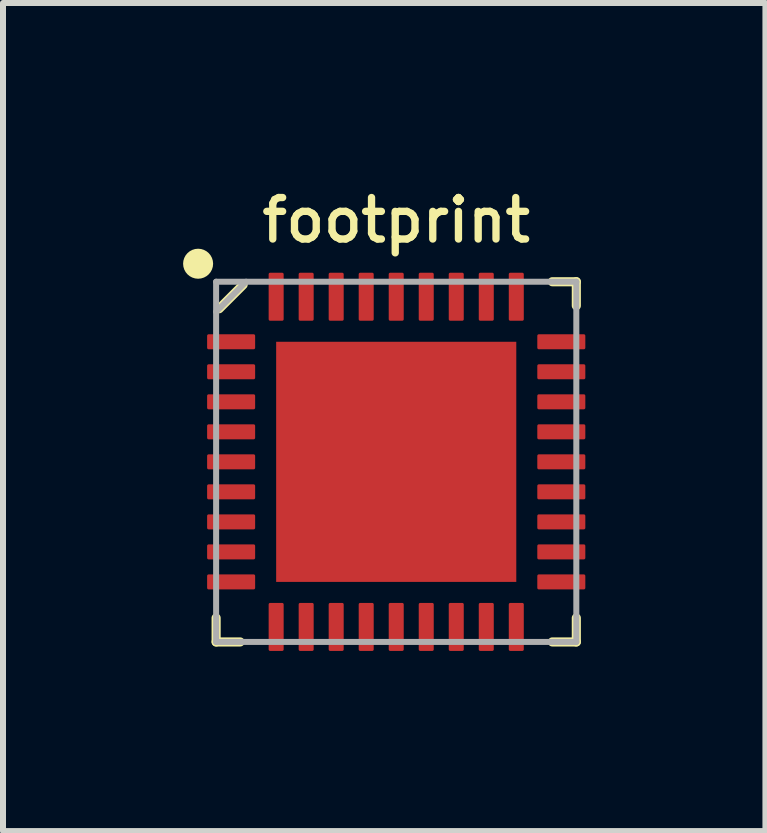
<source format=kicad_pcb>
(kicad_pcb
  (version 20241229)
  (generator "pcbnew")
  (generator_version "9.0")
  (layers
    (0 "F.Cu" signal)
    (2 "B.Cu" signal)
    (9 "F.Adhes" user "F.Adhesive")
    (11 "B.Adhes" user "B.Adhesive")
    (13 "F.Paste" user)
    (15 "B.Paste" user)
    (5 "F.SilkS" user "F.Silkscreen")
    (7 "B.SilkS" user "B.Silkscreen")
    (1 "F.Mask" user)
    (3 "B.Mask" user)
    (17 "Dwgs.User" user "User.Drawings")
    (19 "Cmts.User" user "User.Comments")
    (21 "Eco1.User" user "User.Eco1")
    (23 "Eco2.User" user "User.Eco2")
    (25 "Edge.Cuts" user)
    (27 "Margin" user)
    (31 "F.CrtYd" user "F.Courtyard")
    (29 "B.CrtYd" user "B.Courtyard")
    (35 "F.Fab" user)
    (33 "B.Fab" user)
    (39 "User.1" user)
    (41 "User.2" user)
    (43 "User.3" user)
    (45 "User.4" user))
  (footprint "footprint"
    (layer "F.Cu")
    (at 3.55 4.643)
    (property "Reference" "footprint" (at 0 -4.025 0) (layer "F.SilkS") (effects (font (size 0.691 0.691) (thickness 0.122))))
    (fp_line (start -3 2.6) (end -3 3) (stroke (width 0.152) (type solid)) (layer "F.SilkS"))
    (fp_line (start -3 3) (end -2.6 3) (stroke (width 0.152) (type solid)) (layer "F.SilkS"))
    (fp_line (start -2.95 -2.55) (end -2.55 -2.95) (stroke (width 0.152) (type solid)) (layer "F.SilkS"))
    (fp_line (start 2.6 -3) (end 3 -3) (stroke (width 0.152) (type solid)) (layer "F.SilkS"))
    (fp_line (start 2.6 3) (end 3 3) (stroke (width 0.152) (type solid)) (layer "F.SilkS"))
    (fp_line (start 3 -3) (end 3 -2.6) (stroke (width 0.152) (type solid)) (layer "F.SilkS"))
    (fp_line (start 3 2.6) (end 3 3) (stroke (width 0.152) (type solid)) (layer "F.SilkS"))
    (fp_circle (center -3.3 -3.3) (end -3.175 -3.3) (stroke (width 0.25) (type solid)) (fill no) (layer "F.SilkS"))
    (fp_poly (pts (xy -1.8 -1.2) (xy -1.2 -1.2) (xy -1.2 -1.8) (xy -1.8 -1.8)) (stroke (width 0) (type solid)) (fill yes) (layer "F.Paste"))
    (fp_poly (pts (xy -1.8 -0.2) (xy -1.2 -0.2) (xy -1.2 -0.8) (xy -1.8 -0.8)) (stroke (width 0) (type solid)) (fill yes) (layer "F.Paste"))
    (fp_poly (pts (xy -1.8 0.8) (xy -1.2 0.8) (xy -1.2 0.2) (xy -1.8 0.2)) (stroke (width 0) (type solid)) (fill yes) (layer "F.Paste"))
    (fp_poly (pts (xy -1.8 1.8) (xy -1.2 1.8) (xy -1.2 1.2) (xy -1.8 1.2)) (stroke (width 0) (type solid)) (fill yes) (layer "F.Paste"))
    (fp_poly (pts (xy -0.8 -1.2) (xy -0.2 -1.2) (xy -0.2 -1.8) (xy -0.8 -1.8)) (stroke (width 0) (type solid)) (fill yes) (layer "F.Paste"))
    (fp_poly (pts (xy -0.8 -0.2) (xy -0.2 -0.2) (xy -0.2 -0.8) (xy -0.8 -0.8)) (stroke (width 0) (type solid)) (fill yes) (layer "F.Paste"))
    (fp_poly (pts (xy -0.8 0.8) (xy -0.2 0.8) (xy -0.2 0.2) (xy -0.8 0.2)) (stroke (width 0) (type solid)) (fill yes) (layer "F.Paste"))
    (fp_poly (pts (xy -0.8 1.8) (xy -0.2 1.8) (xy -0.2 1.2) (xy -0.8 1.2)) (stroke (width 0) (type solid)) (fill yes) (layer "F.Paste"))
    (fp_poly (pts (xy 0.2 -1.2) (xy 0.8 -1.2) (xy 0.8 -1.8) (xy 0.2 -1.8)) (stroke (width 0) (type solid)) (fill yes) (layer "F.Paste"))
    (fp_poly (pts (xy 0.2 -0.2) (xy 0.8 -0.2) (xy 0.8 -0.8) (xy 0.2 -0.8)) (stroke (width 0) (type solid)) (fill yes) (layer "F.Paste"))
    (fp_poly (pts (xy 0.2 0.8) (xy 0.8 0.8) (xy 0.8 0.2) (xy 0.2 0.2)) (stroke (width 0) (type solid)) (fill yes) (layer "F.Paste"))
    (fp_poly (pts (xy 0.2 1.8) (xy 0.8 1.8) (xy 0.8 1.2) (xy 0.2 1.2)) (stroke (width 0) (type solid)) (fill yes) (layer "F.Paste"))
    (fp_poly (pts (xy 1.2 -1.2) (xy 1.8 -1.2) (xy 1.8 -1.8) (xy 1.2 -1.8)) (stroke (width 0) (type solid)) (fill yes) (layer "F.Paste"))
    (fp_poly (pts (xy 1.2 -0.2) (xy 1.8 -0.2) (xy 1.8 -0.8) (xy 1.2 -0.8)) (stroke (width 0) (type solid)) (fill yes) (layer "F.Paste"))
    (fp_poly (pts (xy 1.2 0.8) (xy 1.8 0.8) (xy 1.8 0.2) (xy 1.2 0.2)) (stroke (width 0) (type solid)) (fill yes) (layer "F.Paste"))
    (fp_poly (pts (xy 1.2 1.8) (xy 1.8 1.8) (xy 1.8 1.2) (xy 1.2 1.2)) (stroke (width 0) (type solid)) (fill yes) (layer "F.Paste"))
    (fp_poly (pts (xy -2.438 -2.055) (xy -2.438 -1.945) (xy -2.495 -1.887) (xy -3.08 -1.887) (xy -3.138 -1.945) (xy -3.138 -2.055) (xy -3.08 -2.112) (xy -2.495 -2.112)) (stroke (width 0) (type solid)) (fill yes) (layer "F.Paste"))
    (fp_poly (pts (xy -2.438 -1.555) (xy -2.438 -1.445) (xy -2.495 -1.387) (xy -3.08 -1.387) (xy -3.138 -1.445) (xy -3.138 -1.555) (xy -3.08 -1.613) (xy -2.495 -1.613)) (stroke (width 0) (type solid)) (fill yes) (layer "F.Paste"))
    (fp_poly (pts (xy -2.438 -1.055) (xy -2.438 -0.945) (xy -2.495 -0.887) (xy -3.08 -0.887) (xy -3.138 -0.945) (xy -3.138 -1.055) (xy -3.08 -1.113) (xy -2.495 -1.113)) (stroke (width 0) (type solid)) (fill yes) (layer "F.Paste"))
    (fp_poly (pts (xy -2.438 -0.555) (xy -2.438 -0.445) (xy -2.495 -0.388) (xy -3.08 -0.388) (xy -3.138 -0.445) (xy -3.138 -0.555) (xy -3.08 -0.613) (xy -2.495 -0.613)) (stroke (width 0) (type solid)) (fill yes) (layer "F.Paste"))
    (fp_poly (pts (xy -2.438 0.445) (xy -2.438 0.555) (xy -2.495 0.613) (xy -3.08 0.613) (xy -3.138 0.555) (xy -3.138 0.445) (xy -3.08 0.388) (xy -2.495 0.388)) (stroke (width 0) (type solid)) (fill yes) (layer "F.Paste"))
    (fp_poly (pts (xy -2.438 0.945) (xy -2.438 1.055) (xy -2.495 1.113) (xy -3.08 1.113) (xy -3.138 1.055) (xy -3.138 0.945) (xy -3.08 0.887) (xy -2.495 0.887)) (stroke (width 0) (type solid)) (fill yes) (layer "F.Paste"))
    (fp_poly (pts (xy -2.438 1.445) (xy -2.438 1.555) (xy -2.495 1.613) (xy -3.08 1.613) (xy -3.138 1.555) (xy -3.138 1.445) (xy -3.08 1.387) (xy -2.495 1.387)) (stroke (width 0) (type solid)) (fill yes) (layer "F.Paste"))
    (fp_poly (pts (xy -2.438 1.945) (xy -2.438 2.055) (xy -2.495 2.112) (xy -3.08 2.112) (xy -3.138 2.055) (xy -3.138 1.945) (xy -3.08 1.887) (xy -2.495 1.887)) (stroke (width 0) (type solid)) (fill yes) (layer "F.Paste"))
    (fp_poly (pts (xy -1.887 -3.08) (xy -1.887 -2.495) (xy -1.945 -2.438) (xy -2.055 -2.438) (xy -2.112 -2.495) (xy -2.112 -3.08) (xy -2.055 -3.138) (xy -1.945 -3.138)) (stroke (width 0) (type solid)) (fill yes) (layer "F.Paste"))
    (fp_poly (pts (xy -1.887 2.495) (xy -1.887 3.08) (xy -1.945 3.138) (xy -2.055 3.138) (xy -2.112 3.08) (xy -2.112 2.495) (xy -2.055 2.438) (xy -1.945 2.438)) (stroke (width 0) (type solid)) (fill yes) (layer "F.Paste"))
    (fp_poly (pts (xy -1.387 -3.08) (xy -1.387 -2.495) (xy -1.445 -2.438) (xy -1.555 -2.438) (xy -1.613 -2.495) (xy -1.613 -3.08) (xy -1.555 -3.138) (xy -1.445 -3.138)) (stroke (width 0) (type solid)) (fill yes) (layer "F.Paste"))
    (fp_poly (pts (xy -1.387 2.495) (xy -1.387 3.08) (xy -1.445 3.138) (xy -1.555 3.138) (xy -1.613 3.08) (xy -1.613 2.495) (xy -1.555 2.438) (xy -1.445 2.438)) (stroke (width 0) (type solid)) (fill yes) (layer "F.Paste"))
    (fp_poly (pts (xy -0.887 -3.08) (xy -0.887 -2.495) (xy -0.945 -2.438) (xy -1.055 -2.438) (xy -1.113 -2.495) (xy -1.113 -3.08) (xy -1.055 -3.138) (xy -0.945 -3.138)) (stroke (width 0) (type solid)) (fill yes) (layer "F.Paste"))
    (fp_poly (pts (xy -0.887 2.495) (xy -0.887 3.08) (xy -0.945 3.138) (xy -1.055 3.138) (xy -1.113 3.08) (xy -1.113 2.495) (xy -1.055 2.438) (xy -0.945 2.438)) (stroke (width 0) (type solid)) (fill yes) (layer "F.Paste"))
    (fp_poly (pts (xy -0.388 -3.08) (xy -0.388 -2.495) (xy -0.445 -2.438) (xy -0.555 -2.438) (xy -0.613 -2.495) (xy -0.613 -3.08) (xy -0.555 -3.138) (xy -0.445 -3.138)) (stroke (width 0) (type solid)) (fill yes) (layer "F.Paste"))
    (fp_poly (pts (xy -0.388 2.495) (xy -0.388 3.08) (xy -0.445 3.138) (xy -0.555 3.138) (xy -0.613 3.08) (xy -0.613 2.495) (xy -0.555 2.438) (xy -0.445 2.438)) (stroke (width 0) (type solid)) (fill yes) (layer "F.Paste"))
    (fp_poly (pts (xy 0.613 -3.08) (xy 0.613 -2.495) (xy 0.555 -2.438) (xy 0.445 -2.438) (xy 0.388 -2.495) (xy 0.388 -3.08) (xy 0.445 -3.138) (xy 0.555 -3.138)) (stroke (width 0) (type solid)) (fill yes) (layer "F.Paste"))
    (fp_poly (pts (xy 0.613 2.495) (xy 0.613 3.08) (xy 0.555 3.138) (xy 0.445 3.138) (xy 0.388 3.08) (xy 0.388 2.495) (xy 0.445 2.438) (xy 0.555 2.438)) (stroke (width 0) (type solid)) (fill yes) (layer "F.Paste"))
    (fp_poly (pts (xy 1.113 -3.08) (xy 1.113 -2.495) (xy 1.055 -2.438) (xy 0.945 -2.438) (xy 0.887 -2.495) (xy 0.887 -3.08) (xy 0.945 -3.138) (xy 1.055 -3.138)) (stroke (width 0) (type solid)) (fill yes) (layer "F.Paste"))
    (fp_poly (pts (xy 1.113 2.495) (xy 1.113 3.08) (xy 1.055 3.138) (xy 0.945 3.138) (xy 0.887 3.08) (xy 0.887 2.495) (xy 0.945 2.438) (xy 1.055 2.438)) (stroke (width 0) (type solid)) (fill yes) (layer "F.Paste"))
    (fp_poly (pts (xy 1.613 -3.08) (xy 1.613 -2.495) (xy 1.555 -2.438) (xy 1.445 -2.438) (xy 1.387 -2.495) (xy 1.387 -3.08) (xy 1.445 -3.138) (xy 1.555 -3.138)) (stroke (width 0) (type solid)) (fill yes) (layer "F.Paste"))
    (fp_poly (pts (xy 1.613 2.495) (xy 1.613 3.08) (xy 1.555 3.138) (xy 1.445 3.138) (xy 1.387 3.08) (xy 1.387 2.495) (xy 1.445 2.438) (xy 1.555 2.438)) (stroke (width 0) (type solid)) (fill yes) (layer "F.Paste"))
    (fp_poly (pts (xy 2.112 -3.08) (xy 2.112 -2.495) (xy 2.055 -2.438) (xy 1.945 -2.438) (xy 1.887 -2.495) (xy 1.887 -3.08) (xy 1.945 -3.138) (xy 2.055 -3.138)) (stroke (width 0) (type solid)) (fill yes) (layer "F.Paste"))
    (fp_poly (pts (xy 2.112 2.495) (xy 2.112 3.08) (xy 2.055 3.138) (xy 1.945 3.138) (xy 1.887 3.08) (xy 1.887 2.495) (xy 1.945 2.438) (xy 2.055 2.438)) (stroke (width 0) (type solid)) (fill yes) (layer "F.Paste"))
    (fp_poly (pts (xy 3.138 -2.055) (xy 3.138 -1.945) (xy 3.08 -1.887) (xy 2.495 -1.887) (xy 2.438 -1.945) (xy 2.438 -2.055) (xy 2.495 -2.112) (xy 3.08 -2.112)) (stroke (width 0) (type solid)) (fill yes) (layer "F.Paste"))
    (fp_poly (pts (xy 3.138 -1.555) (xy 3.138 -1.445) (xy 3.08 -1.387) (xy 2.495 -1.387) (xy 2.438 -1.445) (xy 2.438 -1.555) (xy 2.495 -1.613) (xy 3.08 -1.613)) (stroke (width 0) (type solid)) (fill yes) (layer "F.Paste"))
    (fp_poly (pts (xy 3.138 -1.055) (xy 3.138 -0.945) (xy 3.08 -0.887) (xy 2.495 -0.887) (xy 2.438 -0.945) (xy 2.438 -1.055) (xy 2.495 -1.113) (xy 3.08 -1.113)) (stroke (width 0) (type solid)) (fill yes) (layer "F.Paste"))
    (fp_poly (pts (xy 3.138 -0.555) (xy 3.138 -0.445) (xy 3.08 -0.388) (xy 2.495 -0.388) (xy 2.438 -0.445) (xy 2.438 -0.555) (xy 2.495 -0.613) (xy 3.08 -0.613)) (stroke (width 0) (type solid)) (fill yes) (layer "F.Paste"))
    (fp_poly (pts (xy 3.138 0.445) (xy 3.138 0.555) (xy 3.08 0.613) (xy 2.495 0.613) (xy 2.438 0.555) (xy 2.438 0.445) (xy 2.495 0.388) (xy 3.08 0.388)) (stroke (width 0) (type solid)) (fill yes) (layer "F.Paste"))
    (fp_poly (pts (xy 3.138 0.945) (xy 3.138 1.055) (xy 3.08 1.113) (xy 2.495 1.113) (xy 2.438 1.055) (xy 2.438 0.945) (xy 2.495 0.887) (xy 3.08 0.887)) (stroke (width 0) (type solid)) (fill yes) (layer "F.Paste"))
    (fp_poly (pts (xy 3.138 1.445) (xy 3.138 1.555) (xy 3.08 1.613) (xy 2.495 1.613) (xy 2.438 1.555) (xy 2.438 1.445) (xy 2.495 1.387) (xy 3.08 1.387)) (stroke (width 0) (type solid)) (fill yes) (layer "F.Paste"))
    (fp_poly (pts (xy 3.138 1.945) (xy 3.138 2.055) (xy 3.08 2.112) (xy 2.495 2.112) (xy 2.438 2.055) (xy 2.438 1.945) (xy 2.495 1.887) (xy 3.08 1.887)) (stroke (width 0) (type solid)) (fill yes) (layer "F.Paste"))
    (fp_poly (pts (xy -2.487 -0.105) (xy -2.438 -0.055) (xy -2.438 0.037) (xy -2.462 0.037) (xy -2.462 0.05) (xy -2.45 0.05) (xy -2.441 0.059) (xy -2.495 0.113) (xy -3.062 0.113) (xy -3.062 0.087) (xy -3.075 0.087) (xy -3.075 0.1) (xy -3.084 0.109) (xy -3.138 0.055) (xy -3.138 -0.062) (xy -3.13 -0.062) (xy -3.08 -0.113) (xy -2.487 -0.113)) (stroke (width 0) (type solid)) (fill yes) (layer "F.Paste"))
    (fp_poly (pts (xy 0.062 -3.13) (xy 0.113 -3.08) (xy 0.113 -2.513) (xy 0.087 -2.513) (xy 0.087 -2.5) (xy 0.1 -2.5) (xy 0.109 -2.491) (xy 0.055 -2.438) (xy -0.037 -2.438) (xy -0.037 -2.462) (xy -0.05 -2.462) (xy -0.05 -2.45) (xy -0.059 -2.441) (xy -0.113 -2.495) (xy -0.113 -3.087) (xy -0.105 -3.087) (xy -0.055 -3.138) (xy 0.062 -3.138)) (stroke (width 0) (type solid)) (fill yes) (layer "F.Paste"))
    (fp_poly (pts (xy 0.062 2.445) (xy 0.113 2.495) (xy 0.113 3.062) (xy 0.087 3.062) (xy 0.087 3.075) (xy 0.1 3.075) (xy 0.109 3.084) (xy 0.055 3.138) (xy -0.037 3.138) (xy -0.037 3.112) (xy -0.05 3.112) (xy -0.05 3.125) (xy -0.059 3.134) (xy -0.113 3.08) (xy -0.113 2.487) (xy -0.105 2.487) (xy -0.055 2.438) (xy 0.062 2.438)) (stroke (width 0) (type solid)) (fill yes) (layer "F.Paste"))
    (fp_poly (pts (xy 3.087 -0.105) (xy 3.138 -0.055) (xy 3.138 0.037) (xy 3.112 0.037) (xy 3.112 0.05) (xy 3.125 0.05) (xy 3.134 0.059) (xy 3.08 0.113) (xy 2.513 0.113) (xy 2.513 0.087) (xy 2.5 0.087) (xy 2.5 0.1) (xy 2.491 0.109) (xy 2.438 0.055) (xy 2.438 -0.062) (xy 2.445 -0.062) (xy 2.495 -0.113) (xy 3.087 -0.113)) (stroke (width 0) (type solid)) (fill yes) (layer "F.Paste"))
    (fp_line (start -3 -3) (end 3 -3) (stroke (width 0.1) (type solid)) (layer "F.Fab"))
    (fp_line (start -3 -2.5) (end -2.5 -3) (stroke (width 0.1) (type solid)) (layer "F.Fab"))
    (fp_line (start -3 3) (end -3 -3) (stroke (width 0.1) (type solid)) (layer "F.Fab"))
    (fp_line (start 3 -3) (end 3 3) (stroke (width 0.1) (type solid)) (layer "F.Fab"))
    (fp_line (start 3 3) (end -3 3) (stroke (width 0.1) (type solid)) (layer "F.Fab"))
    (pad "1" smd roundrect (at -2.75 -2) (size 0.8 0.25) (layers "F.Cu" "F.Mask") (roundrect_rratio 0.1))
    (pad "2" smd roundrect (at -2.75 -1.5) (size 0.8 0.25) (layers "F.Cu" "F.Mask") (roundrect_rratio 0.1))
    (pad "3" smd roundrect (at -2.75 -1) (size 0.8 0.25) (layers "F.Cu" "F.Mask") (roundrect_rratio 0.1))
    (pad "4" smd roundrect (at -2.75 -0.5) (size 0.8 0.25) (layers "F.Cu" "F.Mask") (roundrect_rratio 0.1))
    (pad "5" smd roundrect (at -2.75 0) (size 0.8 0.25) (layers "F.Cu" "F.Mask") (roundrect_rratio 0.1))
    (pad "6" smd roundrect (at -2.75 0.5) (size 0.8 0.25) (layers "F.Cu" "F.Mask") (roundrect_rratio 0.1))
    (pad "7" smd roundrect (at -2.75 1) (size 0.8 0.25) (layers "F.Cu" "F.Mask") (roundrect_rratio 0.1))
    (pad "8" smd roundrect (at -2.75 1.5) (size 0.8 0.25) (layers "F.Cu" "F.Mask") (roundrect_rratio 0.1))
    (pad "9" smd roundrect (at -2.75 2) (size 0.8 0.25) (layers "F.Cu" "F.Mask") (roundrect_rratio 0.1))
    (pad "10" smd roundrect (at -2 2.75 90) (size 0.8 0.25) (layers "F.Cu" "F.Mask") (roundrect_rratio 0.1))
    (pad "11" smd roundrect (at -1.5 2.75 90) (size 0.8 0.25) (layers "F.Cu" "F.Mask") (roundrect_rratio 0.1))
    (pad "12" smd roundrect (at -1 2.75 90) (size 0.8 0.25) (layers "F.Cu" "F.Mask") (roundrect_rratio 0.1))
    (pad "13" smd roundrect (at -0.5 2.75 90) (size 0.8 0.25) (layers "F.Cu" "F.Mask") (roundrect_rratio 0.1))
    (pad "14" smd roundrect (at 0 2.75 90) (size 0.8 0.25) (layers "F.Cu" "F.Mask") (roundrect_rratio 0.1))
    (pad "15" smd roundrect (at 0.5 2.75 90) (size 0.8 0.25) (layers "F.Cu" "F.Mask") (roundrect_rratio 0.1))
    (pad "16" smd roundrect (at 1 2.75 90) (size 0.8 0.25) (layers "F.Cu" "F.Mask") (roundrect_rratio 0.1))
    (pad "17" smd roundrect (at 1.5 2.75 90) (size 0.8 0.25) (layers "F.Cu" "F.Mask") (roundrect_rratio 0.1))
    (pad "18" smd roundrect (at 2 2.75 90) (size 0.8 0.25) (layers "F.Cu" "F.Mask") (roundrect_rratio 0.1))
    (pad "19" smd roundrect (at 2.75 2 180) (size 0.8 0.25) (layers "F.Cu" "F.Mask") (roundrect_rratio 0.1))
    (pad "20" smd roundrect (at 2.75 1.5 180) (size 0.8 0.25) (layers "F.Cu" "F.Mask") (roundrect_rratio 0.1))
    (pad "21" smd roundrect (at 2.75 1 180) (size 0.8 0.25) (layers "F.Cu" "F.Mask") (roundrect_rratio 0.1))
    (pad "22" smd roundrect (at 2.75 0.5 180) (size 0.8 0.25) (layers "F.Cu" "F.Mask") (roundrect_rratio 0.1))
    (pad "23" smd roundrect (at 2.75 0 180) (size 0.8 0.25) (layers "F.Cu" "F.Mask") (roundrect_rratio 0.1))
    (pad "24" smd roundrect (at 2.75 -0.5 180) (size 0.8 0.25) (layers "F.Cu" "F.Mask") (roundrect_rratio 0.1))
    (pad "25" smd roundrect (at 2.75 -1 180) (size 0.8 0.25) (layers "F.Cu" "F.Mask") (roundrect_rratio 0.1))
    (pad "26" smd roundrect (at 2.75 -1.5 180) (size 0.8 0.25) (layers "F.Cu" "F.Mask") (roundrect_rratio 0.1))
    (pad "27" smd roundrect (at 2.75 -2 180) (size 0.8 0.25) (layers "F.Cu" "F.Mask") (roundrect_rratio 0.1))
    (pad "28" smd roundrect (at 2 -2.75 270) (size 0.8 0.25) (layers "F.Cu" "F.Mask") (roundrect_rratio 0.1))
    (pad "29" smd roundrect (at 1.5 -2.75 270) (size 0.8 0.25) (layers "F.Cu" "F.Mask") (roundrect_rratio 0.1))
    (pad "30" smd roundrect (at 1 -2.75 270) (size 0.8 0.25) (layers "F.Cu" "F.Mask") (roundrect_rratio 0.1))
    (pad "31" smd roundrect (at 0.5 -2.75 270) (size 0.8 0.25) (layers "F.Cu" "F.Mask") (roundrect_rratio 0.1))
    (pad "32" smd roundrect (at 0 -2.75 270) (size 0.8 0.25) (layers "F.Cu" "F.Mask") (roundrect_rratio 0.1))
    (pad "33" smd roundrect (at -0.5 -2.75 270) (size 0.8 0.25) (layers "F.Cu" "F.Mask") (roundrect_rratio 0.1))
    (pad "34" smd roundrect (at -1 -2.75 270) (size 0.8 0.25) (layers "F.Cu" "F.Mask") (roundrect_rratio 0.1))
    (pad "35" smd roundrect (at -1.5 -2.75 270) (size 0.8 0.25) (layers "F.Cu" "F.Mask") (roundrect_rratio 0.1))
    (pad "36" smd roundrect (at -2 -2.75 270) (size 0.8 0.25) (layers "F.Cu" "F.Mask") (roundrect_rratio 0.1))
    (pad "EPAD" smd rect (at 0 0) (size 4 4) (layers "F.Cu" "F.Mask")))
  (gr_rect
    (start -3 -3)
    (end 9.7 10.793)
    (stroke (width 0.1) (type default))
    (fill no)
    (layer "Edge.Cuts")))
</source>
